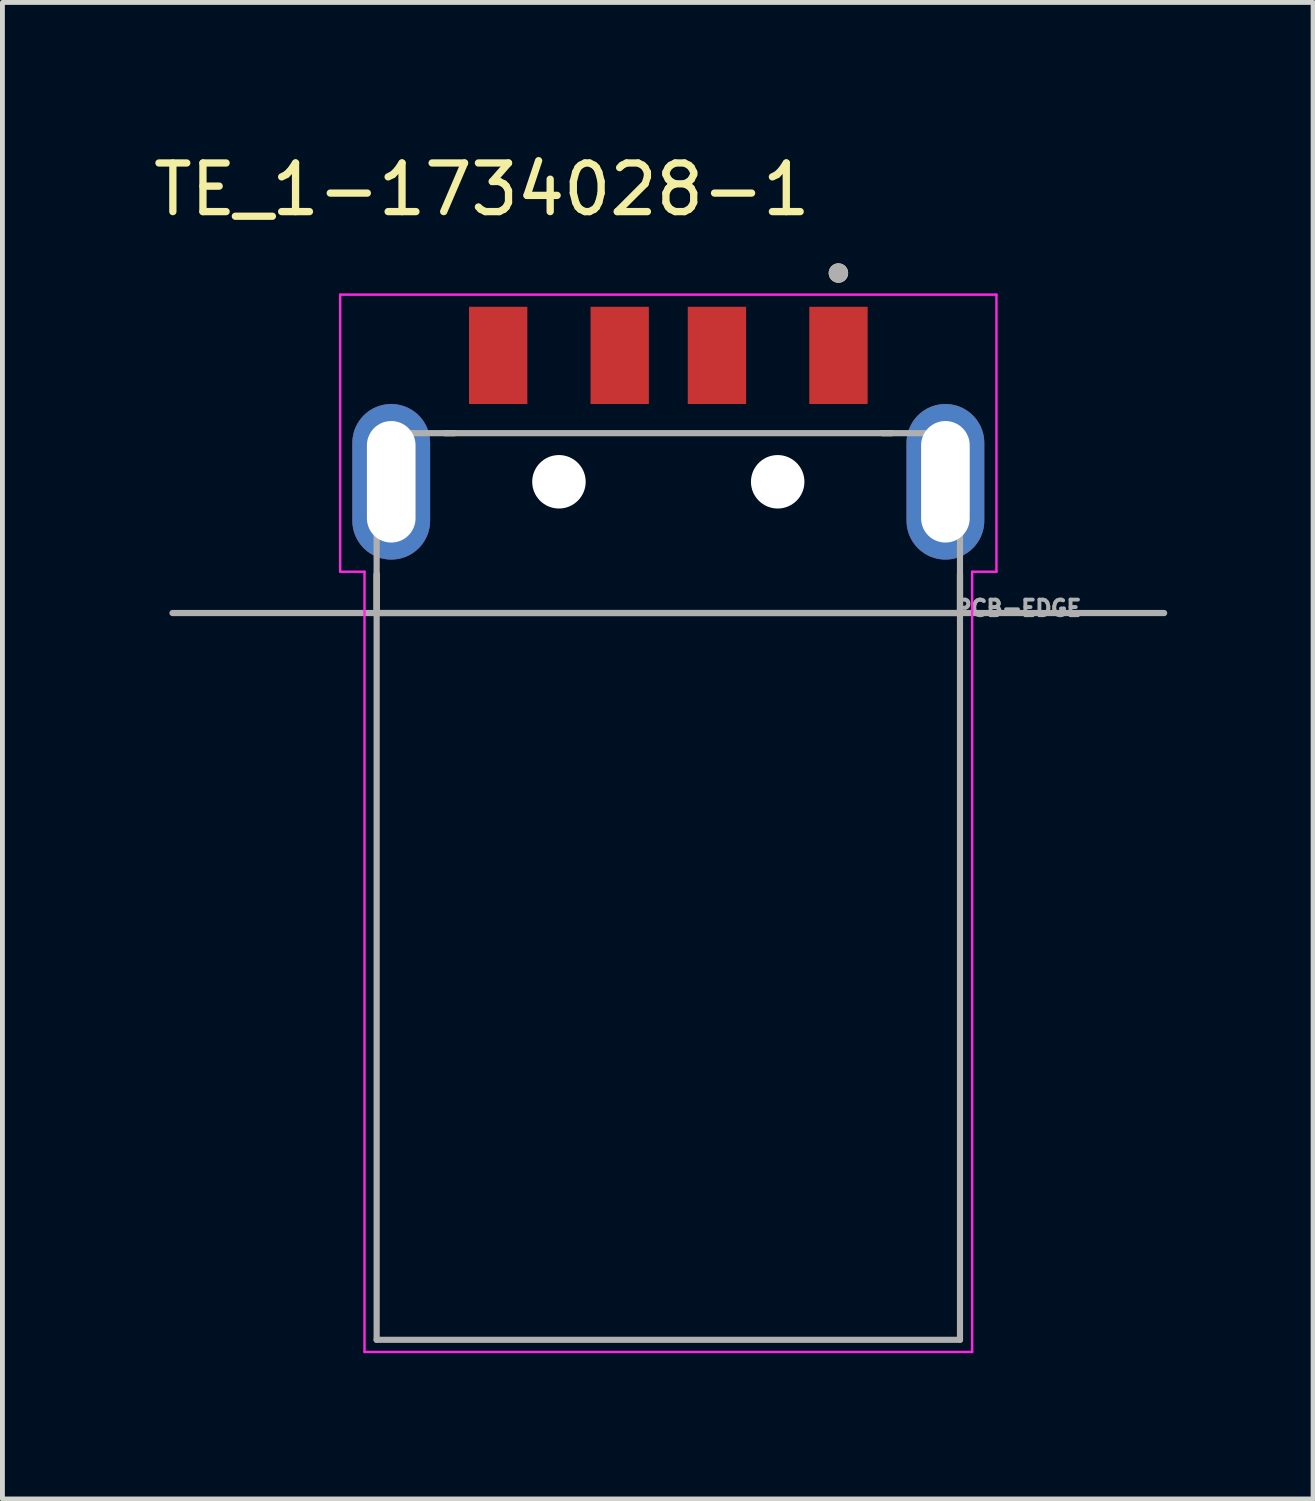
<source format=kicad_pcb>
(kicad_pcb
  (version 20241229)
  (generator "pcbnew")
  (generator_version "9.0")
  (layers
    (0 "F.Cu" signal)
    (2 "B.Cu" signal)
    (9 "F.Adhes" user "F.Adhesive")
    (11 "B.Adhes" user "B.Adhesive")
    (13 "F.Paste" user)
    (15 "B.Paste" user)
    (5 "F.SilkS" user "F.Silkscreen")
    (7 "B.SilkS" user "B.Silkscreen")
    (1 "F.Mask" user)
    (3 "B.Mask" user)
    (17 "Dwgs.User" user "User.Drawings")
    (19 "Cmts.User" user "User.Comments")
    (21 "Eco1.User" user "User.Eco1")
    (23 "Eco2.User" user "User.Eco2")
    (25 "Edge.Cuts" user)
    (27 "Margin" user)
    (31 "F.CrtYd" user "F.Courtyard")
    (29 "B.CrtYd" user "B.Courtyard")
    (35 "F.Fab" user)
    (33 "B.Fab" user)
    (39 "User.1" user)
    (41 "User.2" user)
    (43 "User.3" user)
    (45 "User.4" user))
  (footprint "TE_1-1734028-1"
    (layer "F.Cu")
    (at 10.698 6.861)
    (property "Reference" "TE_1-1734028-1" (at -3.835 -6.013 0) (layer "F.SilkS") (effects (font (size 1 1) (thickness 0.15))))
    (attr through_hole)
    (fp_line (start -6 1.9) (end -6 2.7) (stroke (width 0.127) (type solid)) (layer "F.SilkS"))
    (fp_line (start -4.6 -1) (end -4.4 -1) (stroke (width 0.127) (type solid)) (layer "F.SilkS"))
    (fp_line (start 4.6 -1) (end 4.4 -1) (stroke (width 0.127) (type solid)) (layer "F.SilkS"))
    (fp_line (start 6 2.7) (end 6 1.9) (stroke (width 0.127) (type solid)) (layer "F.SilkS"))
    (fp_circle (center 3.499 -4.294) (end 3.599 -4.294) (stroke (width 0.2) (type solid)) (fill no) (layer "F.SilkS"))
    (fp_line (start -6.75 -3.85) (end 6.75 -3.85) (stroke (width 0.05) (type solid)) (layer "F.CrtYd"))
    (fp_line (start -6.75 1.85) (end -6.75 -3.85) (stroke (width 0.05) (type solid)) (layer "F.CrtYd"))
    (fp_line (start -6.25 1.85) (end -6.75 1.85) (stroke (width 0.05) (type solid)) (layer "F.CrtYd"))
    (fp_line (start -6.25 1.85) (end -6.25 17.9) (stroke (width 0.05) (type solid)) (layer "F.CrtYd"))
    (fp_line (start 6.25 1.85) (end 6.25 17.9) (stroke (width 0.05) (type solid)) (layer "F.CrtYd"))
    (fp_line (start 6.25 17.9) (end -6.25 17.9) (stroke (width 0.05) (type solid)) (layer "F.CrtYd"))
    (fp_line (start 6.75 -3.85) (end 6.75 1.85) (stroke (width 0.05) (type solid)) (layer "F.CrtYd"))
    (fp_line (start 6.75 1.85) (end 6.25 1.85) (stroke (width 0.05) (type solid)) (layer "F.CrtYd"))
    (fp_line (start -10.2 2.7) (end -6 2.7) (stroke (width 0.127) (type solid)) (layer "F.Fab"))
    (fp_line (start -6 -1) (end 6 -1) (stroke (width 0.127) (type solid)) (layer "F.Fab"))
    (fp_line (start -6 2.7) (end -6 -1) (stroke (width 0.127) (type solid)) (layer "F.Fab"))
    (fp_line (start -6 2.7) (end 6 2.7) (stroke (width 0.127) (type solid)) (layer "F.Fab"))
    (fp_line (start -6 2.7) (end 6 2.7) (stroke (width 0.127) (type solid)) (layer "F.Fab"))
    (fp_line (start -6 17.65) (end -6 2.7) (stroke (width 0.127) (type solid)) (layer "F.Fab"))
    (fp_line (start 6 -1) (end 6 2.7) (stroke (width 0.127) (type solid)) (layer "F.Fab"))
    (fp_line (start 6 2.7) (end 6 17.65) (stroke (width 0.127) (type solid)) (layer "F.Fab"))
    (fp_line (start 6 2.7) (end 10.2 2.7) (stroke (width 0.127) (type solid)) (layer "F.Fab"))
    (fp_line (start 6 17.65) (end -6 17.65) (stroke (width 0.127) (type solid)) (layer "F.Fab"))
    (fp_circle (center 3.499 -4.294) (end 3.599 -4.294) (stroke (width 0.2) (type solid)) (fill no) (layer "F.Fab"))
    (fp_text user "PCB-EDGE" (at 7.2 2.6 0) (layer "F.Fab") (effects (font (size 0.32 0.32) (thickness 0.15))))
    (pad "" np_thru_hole circle (at -2.25 0) (size 1.1 1.1) (drill 1.1) (layers "*.Cu" "*.Mask"))
    (pad "" np_thru_hole circle (at 2.25 0) (size 1.1 1.1) (drill 1.1) (layers "*.Cu" "*.Mask"))
    (pad "1" smd rect (at 3.5 -2.6) (size 1.2 2) (layers "F.Cu" "F.Mask" "F.Paste"))
    (pad "2" smd rect (at 1 -2.6) (size 1.2 2) (layers "F.Cu" "F.Mask" "F.Paste"))
    (pad "3" smd rect (at -1 -2.6) (size 1.2 2) (layers "F.Cu" "F.Mask" "F.Paste"))
    (pad "4" smd rect (at -3.5 -2.6) (size 1.2 2) (layers "F.Cu" "F.Mask" "F.Paste"))
    (pad "S1" thru_hole oval (at -5.7 0) (size 1.6 3.2) (drill oval 1 2.5) (layers "*.Cu" "*.Mask"))
    (pad "S2" thru_hole oval (at 5.7 0) (size 1.6 3.2) (drill oval 1 2.5) (layers "*.Cu" "*.Mask")))
  (gr_rect
    (start -3 -3)
    (end 23.962 27.786)
    (stroke (width 0.1) (type default))
    (fill no)
    (layer "Edge.Cuts")))
</source>
